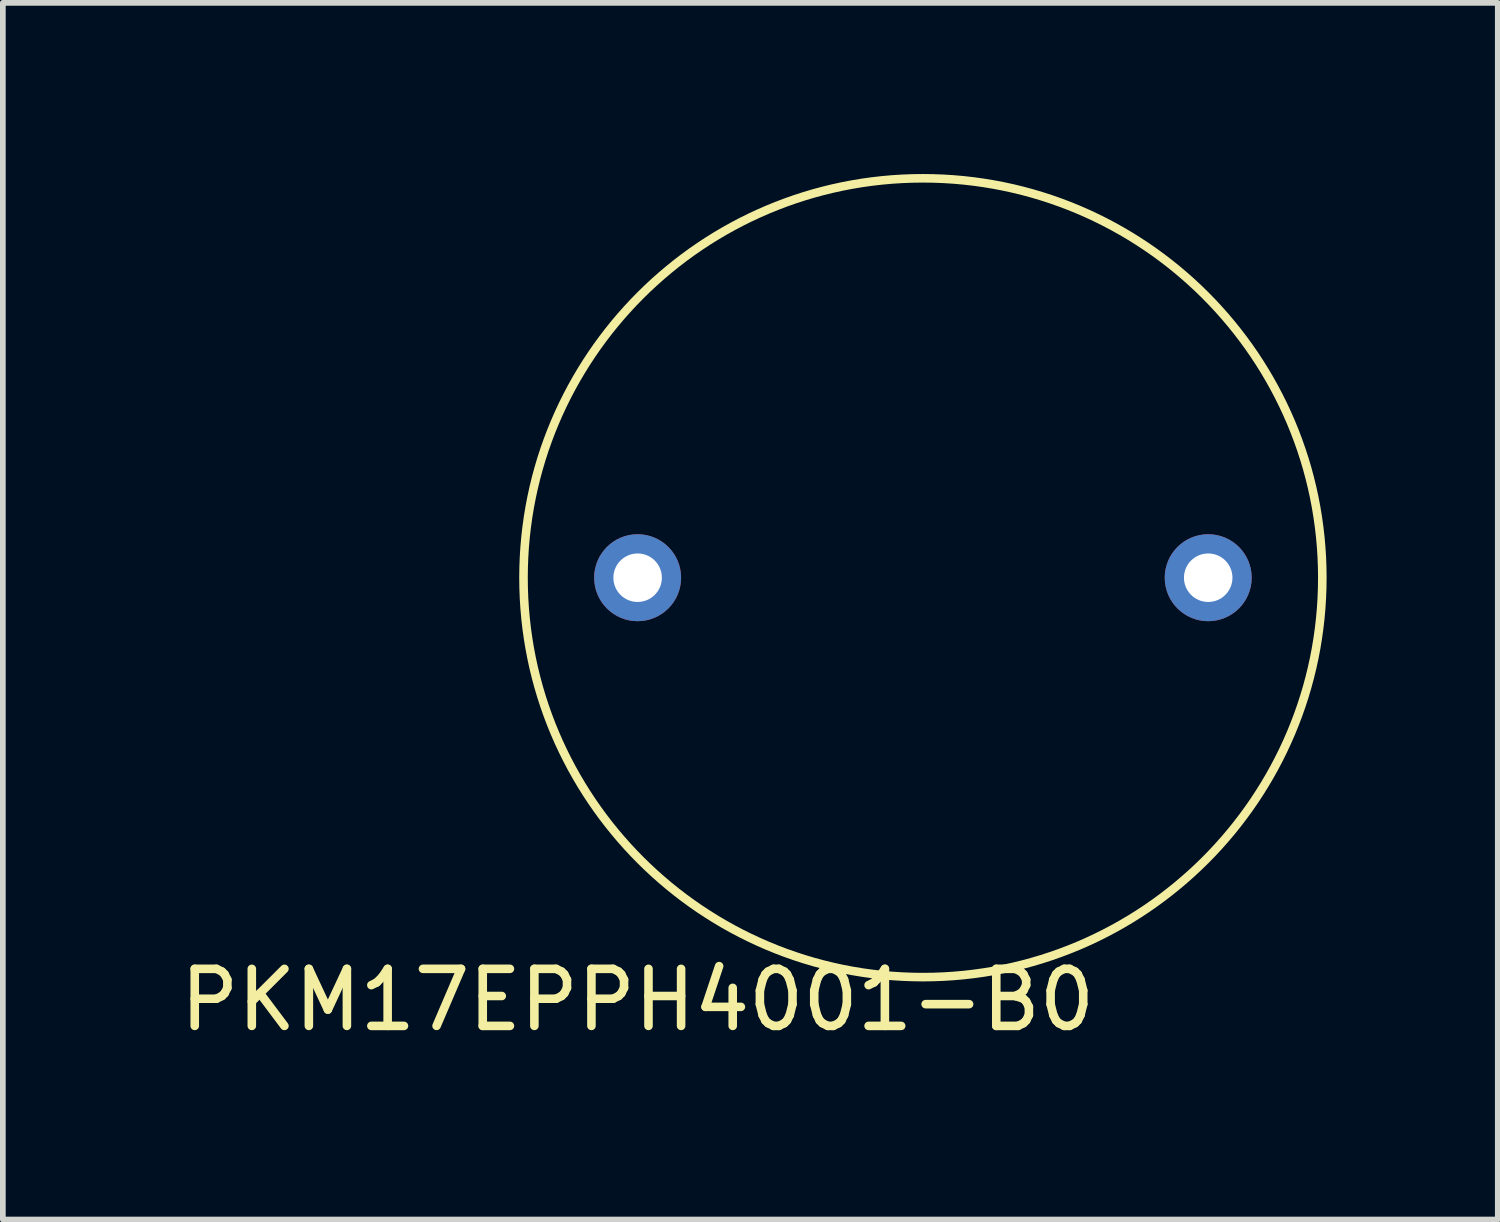
<source format=kicad_pcb>
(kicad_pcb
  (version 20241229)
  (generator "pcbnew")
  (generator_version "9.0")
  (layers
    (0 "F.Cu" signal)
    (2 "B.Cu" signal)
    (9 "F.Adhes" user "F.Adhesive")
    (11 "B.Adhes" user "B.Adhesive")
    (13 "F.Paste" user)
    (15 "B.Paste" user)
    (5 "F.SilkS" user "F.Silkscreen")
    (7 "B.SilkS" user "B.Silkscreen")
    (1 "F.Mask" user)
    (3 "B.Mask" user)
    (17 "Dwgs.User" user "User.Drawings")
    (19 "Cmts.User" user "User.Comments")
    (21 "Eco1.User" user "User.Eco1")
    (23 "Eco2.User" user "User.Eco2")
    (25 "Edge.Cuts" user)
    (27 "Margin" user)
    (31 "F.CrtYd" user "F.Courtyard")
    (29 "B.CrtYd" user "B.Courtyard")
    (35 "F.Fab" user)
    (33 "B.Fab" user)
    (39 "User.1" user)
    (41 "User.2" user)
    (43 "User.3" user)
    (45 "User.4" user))
  (footprint "PKM17EPPH4001-B0"
    (layer "F.Cu")
    (at 8.125 7.075)
    (property "Reference" "PKM17EPPH4001-B0" (at 0 7.4 0) (layer "F.SilkS") (effects (font (size 1 1) (thickness 0.15))))
    (attr through_hole)
    (fp_circle (center 5 0) (end 12 0) (stroke (width 0.15) (type solid)) (fill no) (layer "F.SilkS"))
    (pad "1" thru_hole circle (at 0 0) (size 1.524 1.524) (drill 0.85) (layers "*.Cu" "*.Mask"))
    (pad "2" thru_hole circle (at 10 0) (size 1.524 1.524) (drill 0.85) (layers "*.Cu" "*.Mask")))
  (gr_rect
    (start -3 -3)
    (end 23.2 18.323)
    (stroke (width 0.1) (type default))
    (fill no)
    (layer "Edge.Cuts")))
</source>
